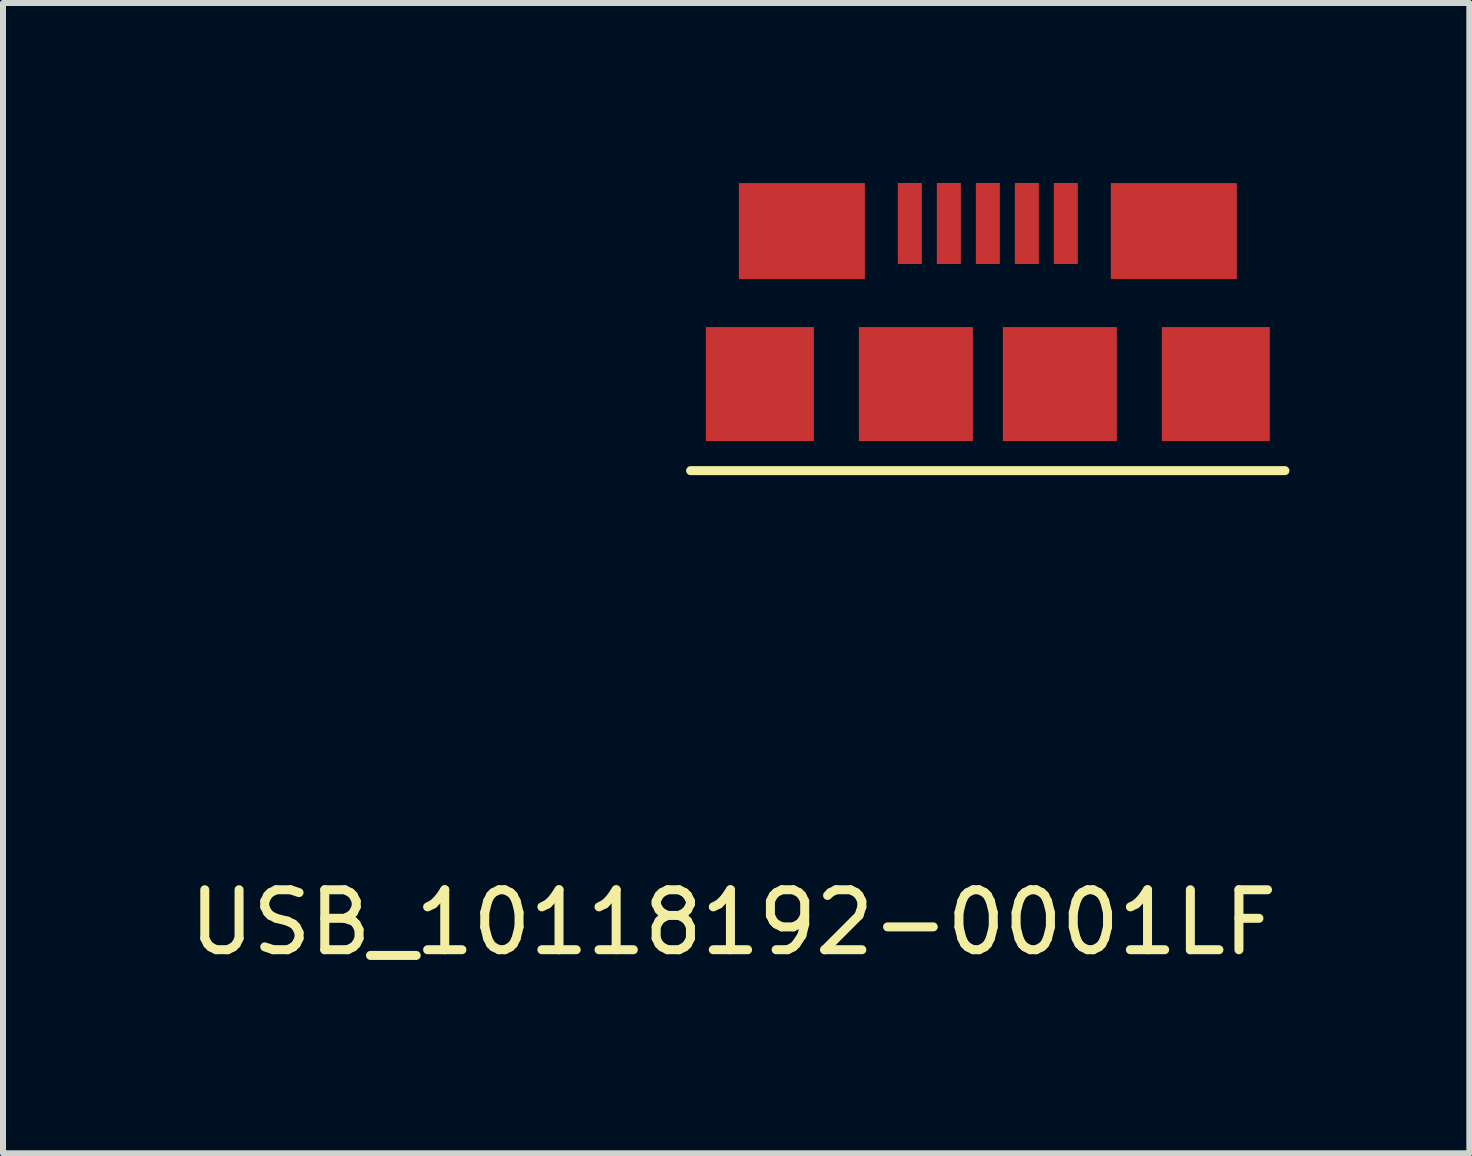
<source format=kicad_pcb>
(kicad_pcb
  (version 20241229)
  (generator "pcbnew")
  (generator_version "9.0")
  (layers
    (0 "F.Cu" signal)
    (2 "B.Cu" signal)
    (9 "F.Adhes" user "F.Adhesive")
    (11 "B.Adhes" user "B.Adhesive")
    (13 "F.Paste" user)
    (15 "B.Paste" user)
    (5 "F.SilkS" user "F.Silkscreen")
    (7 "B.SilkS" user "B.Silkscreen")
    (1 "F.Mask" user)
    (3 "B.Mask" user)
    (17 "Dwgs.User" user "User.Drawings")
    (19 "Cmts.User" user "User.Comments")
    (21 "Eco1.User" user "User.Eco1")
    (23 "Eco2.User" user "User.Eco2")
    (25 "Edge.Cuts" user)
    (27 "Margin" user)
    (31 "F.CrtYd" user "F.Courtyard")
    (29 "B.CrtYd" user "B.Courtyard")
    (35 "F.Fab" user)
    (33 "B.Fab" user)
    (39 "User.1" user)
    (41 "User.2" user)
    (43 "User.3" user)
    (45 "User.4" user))
  (footprint "USB_10118192-0001LF"
    (layer "F.Cu")
    (at 10.316 10.802)
    (property "Reference" "USB_10118192-0001LF" (at -1.143 1.524 0) (layer "F.SilkS") (effects (font (size 1 1) (thickness 0.15))))
    (attr through_hole)
    (fp_line (start 8.052 -6.007) (end -1.854 -6.007) (stroke (width 0.15) (type solid)) (layer "F.SilkS"))
    (pad "" smd rect (at -0.7 -7.45) (size 1.8 1.9) (layers "F.Cu" "F.Mask" "F.Paste"))
    (pad "" smd rect (at 0 -10) (size 2.1 1.6) (layers "F.Cu" "F.Mask" "F.Paste"))
    (pad "" smd rect (at 1.9 -7.45) (size 1.9 1.9) (layers "F.Cu" "F.Mask" "F.Paste"))
    (pad "" smd rect (at 4.3 -7.45) (size 1.9 1.9) (layers "F.Cu" "F.Mask" "F.Paste"))
    (pad "" smd rect (at 6.2 -10) (size 2.1 1.6) (layers "F.Cu" "F.Mask" "F.Paste"))
    (pad "" smd rect (at 6.9 -7.45) (size 1.8 1.9) (layers "F.Cu" "F.Mask" "F.Paste"))
    (pad "1" smd rect (at 1.8 -10.127) (size 0.4 1.35) (layers "F.Cu" "F.Mask" "F.Paste"))
    (pad "2" smd rect (at 2.45 -10.127) (size 0.4 1.35) (layers "F.Cu" "F.Mask" "F.Paste"))
    (pad "3" smd rect (at 3.1 -10.127) (size 0.4 1.35) (layers "F.Cu" "F.Mask" "F.Paste"))
    (pad "4" smd rect (at 3.75 -10.127) (size 0.4 1.35) (layers "F.Cu" "F.Mask" "F.Paste"))
    (pad "5" smd rect (at 4.4 -10.127) (size 0.4 1.35) (layers "F.Cu" "F.Mask" "F.Paste")))
  (gr_rect
    (start -3 -3)
    (end 21.442 16.174)
    (stroke (width 0.1) (type default))
    (fill no)
    (layer "Edge.Cuts")))
</source>
